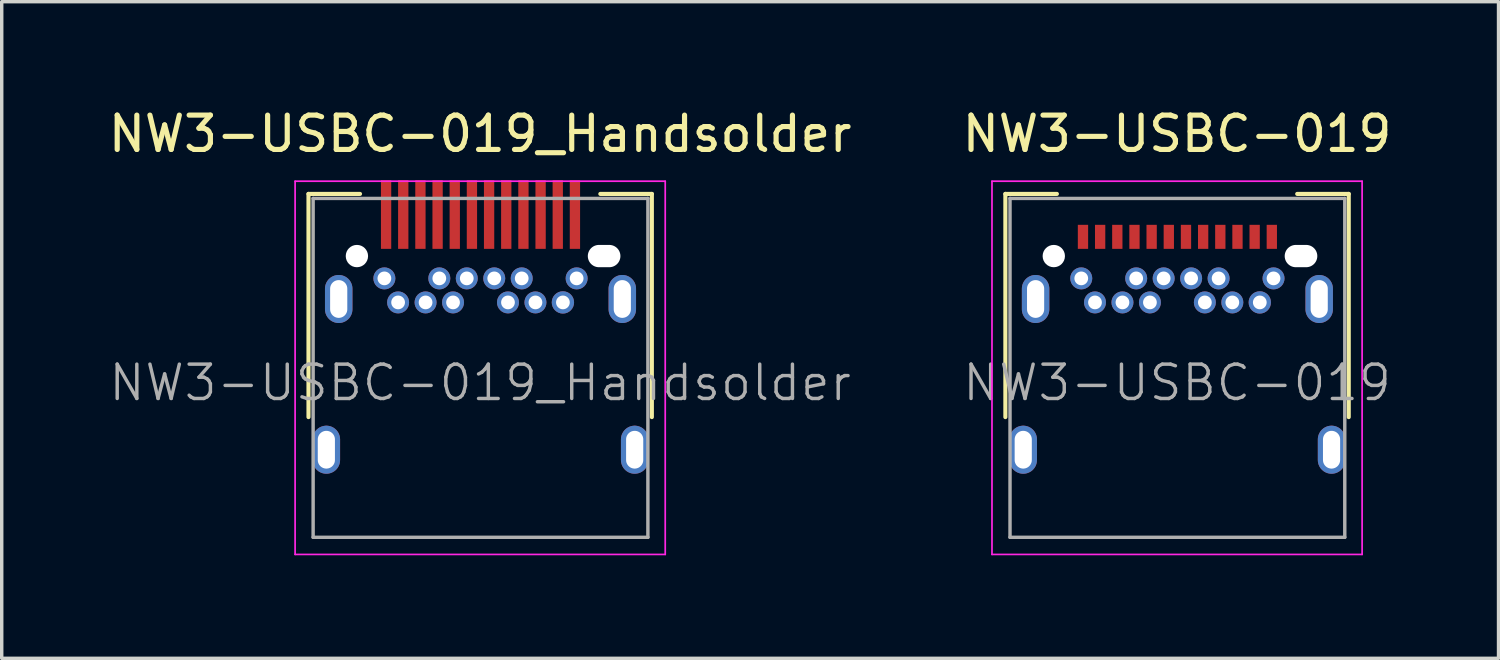
<source format=kicad_pcb>
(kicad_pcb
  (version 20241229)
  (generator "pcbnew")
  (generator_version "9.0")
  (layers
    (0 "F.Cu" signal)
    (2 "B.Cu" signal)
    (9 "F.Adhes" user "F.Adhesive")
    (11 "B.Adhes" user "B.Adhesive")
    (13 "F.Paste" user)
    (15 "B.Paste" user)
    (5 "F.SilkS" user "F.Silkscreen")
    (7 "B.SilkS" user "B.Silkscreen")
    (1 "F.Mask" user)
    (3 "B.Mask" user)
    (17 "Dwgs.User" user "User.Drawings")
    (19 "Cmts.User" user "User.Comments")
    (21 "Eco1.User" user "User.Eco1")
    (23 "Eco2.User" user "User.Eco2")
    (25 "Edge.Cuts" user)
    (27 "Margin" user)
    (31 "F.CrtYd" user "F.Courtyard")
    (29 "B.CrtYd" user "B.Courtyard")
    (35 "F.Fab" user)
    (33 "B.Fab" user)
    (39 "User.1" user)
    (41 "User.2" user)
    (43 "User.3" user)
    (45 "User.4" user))
  (footprint "NW3-USBC-019_Handsolder"
    (layer "F.Cu")
    (at 10.935 8.098)
    (property "Reference" "NW3-USBC-019_Handsolder" (at 0 -7.25 180) (layer "F.SilkS") (effects (font (size 1 1) (thickness 0.15))))
    (attr smd)
    (fp_line (start -5 -5.5) (end -5 1) (stroke (width 0.12) (type solid)) (layer "F.SilkS"))
    (fp_line (start -5 -5.5) (end -3.5 -5.5) (stroke (width 0.12) (type solid)) (layer "F.SilkS"))
    (fp_line (start 3.5 -5.5) (end 5 -5.5) (stroke (width 0.12) (type solid)) (layer "F.SilkS"))
    (fp_line (start 5 -5.5) (end 5 1) (stroke (width 0.12) (type solid)) (layer "F.SilkS"))
    (fp_line (start -5.39 -5.87) (end 5.39 -5.87) (stroke (width 0.05) (type solid)) (layer "F.CrtYd"))
    (fp_line (start -5.39 5) (end -5.39 -5.87) (stroke (width 0.05) (type solid)) (layer "F.CrtYd"))
    (fp_line (start 5.39 -5.87) (end 5.39 5) (stroke (width 0.05) (type solid)) (layer "F.CrtYd"))
    (fp_line (start 5.39 5) (end -5.39 5) (stroke (width 0.05) (type solid)) (layer "F.CrtYd"))
    (fp_line (start -4.865 -5.369) (end -4.865 4.501) (stroke (width 0.1) (type solid)) (layer "F.Fab"))
    (fp_line (start -4.865 4.501) (end 4.885 4.501) (stroke (width 0.1) (type solid)) (layer "F.Fab"))
    (fp_line (start 4.885 -5.369) (end -4.865 -5.369) (stroke (width 0.1) (type solid)) (layer "F.Fab"))
    (fp_line (start 4.885 4.501) (end 4.885 -5.369) (stroke (width 0.1) (type solid)) (layer "F.Fab"))
    (fp_text user "${REFERENCE}" (at 0 0 180) (layer "F.Fab") (effects (font (size 1 1) (thickness 0.1))))
    (pad "" np_thru_hole circle (at -3.59 -3.69) (size 0.65 0.65) (drill 0.65) (layers "*.Cu" "*.Mask"))
    (pad "" np_thru_hole oval (at 3.61 -3.69) (size 0.95 0.65) (drill oval 0.95 0.65) (layers "*.Cu" "*.Mask"))
    (pad "A1" smd rect (at -2.74 -4.9) (size 0.3 2) (layers "F.Cu" "F.Mask" "F.Paste"))
    (pad "A2" smd rect (at -2.24 -4.9) (size 0.3 2) (layers "F.Cu" "F.Mask" "F.Paste"))
    (pad "A3" smd rect (at -1.74 -4.9) (size 0.3 2) (layers "F.Cu" "F.Mask" "F.Paste"))
    (pad "A4" smd rect (at -1.24 -4.9) (size 0.3 2) (layers "F.Cu" "F.Mask" "F.Paste"))
    (pad "A5" smd rect (at -0.74 -4.9) (size 0.3 2) (layers "F.Cu" "F.Mask" "F.Paste"))
    (pad "A6" smd rect (at -0.24 -4.9) (size 0.3 2) (layers "F.Cu" "F.Mask" "F.Paste"))
    (pad "A7" smd rect (at 0.26 -4.9) (size 0.3 2) (layers "F.Cu" "F.Mask" "F.Paste"))
    (pad "A8" smd rect (at 0.76 -4.9) (size 0.3 2) (layers "F.Cu" "F.Mask" "F.Paste"))
    (pad "A9" smd rect (at 1.26 -4.9) (size 0.3 2) (layers "F.Cu" "F.Mask" "F.Paste"))
    (pad "A10" smd rect (at 1.76 -4.9) (size 0.3 2) (layers "F.Cu" "F.Mask" "F.Paste"))
    (pad "A11" smd rect (at 2.26 -4.9) (size 0.3 2) (layers "F.Cu" "F.Mask" "F.Paste"))
    (pad "A12" smd rect (at 2.76 -4.9) (size 0.3 2) (layers "F.Cu" "F.Mask" "F.Paste"))
    (pad "B1" thru_hole circle (at 2.81 -3.04) (size 0.64 0.64) (drill 0.4) (layers "*.Cu" "*.Mask"))
    (pad "B2" thru_hole circle (at 2.41 -2.34) (size 0.65 0.65) (drill 0.4) (layers "*.Cu" "*.Mask"))
    (pad "B3" thru_hole circle (at 1.61 -2.34) (size 0.64 0.64) (drill 0.4) (layers "*.Cu" "*.Mask"))
    (pad "B4" thru_hole circle (at 1.21 -3.04) (size 0.64 0.64) (drill 0.4) (layers "*.Cu" "*.Mask"))
    (pad "B5" thru_hole circle (at 0.81 -2.34) (size 0.64 0.64) (drill 0.4) (layers "*.Cu" "*.Mask"))
    (pad "B6" thru_hole circle (at 0.41 -3.04) (size 0.64 0.64) (drill 0.4) (layers "*.Cu" "*.Mask"))
    (pad "B7" thru_hole circle (at -0.39 -3.04) (size 0.64 0.64) (drill 0.4) (layers "*.Cu" "*.Mask"))
    (pad "B8" thru_hole circle (at -0.79 -2.34) (size 0.64 0.64) (drill 0.4) (layers "*.Cu" "*.Mask"))
    (pad "B9" thru_hole circle (at -1.19 -3.04) (size 0.64 0.64) (drill 0.4) (layers "*.Cu" "*.Mask"))
    (pad "B10" thru_hole circle (at -1.59 -2.34) (size 0.64 0.64) (drill 0.4) (layers "*.Cu" "*.Mask"))
    (pad "B11" thru_hole circle (at -2.39 -2.34) (size 0.64 0.64) (drill 0.4) (layers "*.Cu" "*.Mask"))
    (pad "B12" thru_hole circle (at -2.79 -3.04) (size 0.64 0.64) (drill 0.4) (layers "*.Cu" "*.Mask"))
    (pad "SHLD1" thru_hole oval (at -4.48 1.95) (size 0.8 1.4) (drill oval 0.5 1.1) (layers "*.Cu" "*.Mask"))
    (pad "SHLD2" thru_hole oval (at -4.12 -2.44) (size 0.8 1.4) (drill oval 0.5 1.1) (layers "*.Cu" "*.Mask"))
    (pad "SHLD3" thru_hole oval (at 4.14 -2.44) (size 0.8 1.4) (drill oval 0.5 1.1) (layers "*.Cu" "*.Mask"))
    (pad "SHLD4" thru_hole oval (at 4.5 1.95) (size 0.8 1.4) (drill oval 0.5 1.1) (layers "*.Cu" "*.Mask")))
  (footprint "NW3-USBC-019"
    (layer "F.Cu")
    (at 31.232 8.098)
    (property "Reference" "NW3-USBC-019" (at 0 -7.25 0) (layer "F.SilkS") (effects (font (size 1 1) (thickness 0.15))))
    (attr smd)
    (fp_line (start -5 -5.5) (end -5 1) (stroke (width 0.12) (type solid)) (layer "F.SilkS"))
    (fp_line (start -5 -5.5) (end -3.5 -5.5) (stroke (width 0.12) (type solid)) (layer "F.SilkS"))
    (fp_line (start 3.5 -5.5) (end 5 -5.5) (stroke (width 0.12) (type solid)) (layer "F.SilkS"))
    (fp_line (start 5 -5.5) (end 5 1) (stroke (width 0.12) (type solid)) (layer "F.SilkS"))
    (fp_line (start -5.39 -5.87) (end 5.39 -5.87) (stroke (width 0.05) (type solid)) (layer "F.CrtYd"))
    (fp_line (start -5.39 5) (end -5.39 -5.87) (stroke (width 0.05) (type solid)) (layer "F.CrtYd"))
    (fp_line (start 5.39 -5.87) (end 5.39 5) (stroke (width 0.05) (type solid)) (layer "F.CrtYd"))
    (fp_line (start 5.39 5) (end -5.39 5) (stroke (width 0.05) (type solid)) (layer "F.CrtYd"))
    (fp_line (start -4.865 -5.369) (end -4.865 4.501) (stroke (width 0.1) (type solid)) (layer "F.Fab"))
    (fp_line (start -4.865 4.501) (end 4.885 4.501) (stroke (width 0.1) (type solid)) (layer "F.Fab"))
    (fp_line (start 4.885 -5.369) (end -4.865 -5.369) (stroke (width 0.1) (type solid)) (layer "F.Fab"))
    (fp_line (start 4.885 4.501) (end 4.885 -5.369) (stroke (width 0.1) (type solid)) (layer "F.Fab"))
    (fp_text user "${REFERENCE}" (at 0 0 0) (layer "F.Fab") (effects (font (size 1 1) (thickness 0.1))))
    (pad "" np_thru_hole circle (at -3.59 -3.69) (size 0.65 0.65) (drill 0.65) (layers "*.Cu" "*.Mask"))
    (pad "" np_thru_hole oval (at 3.61 -3.69) (size 0.95 0.65) (drill oval 0.95 0.65) (layers "*.Cu" "*.Mask"))
    (pad "A1" smd rect (at -2.74 -4.25) (size 0.3 0.7) (layers "F.Cu" "F.Mask" "F.Paste"))
    (pad "A2" smd rect (at -2.24 -4.25) (size 0.3 0.7) (layers "F.Cu" "F.Mask" "F.Paste"))
    (pad "A3" smd rect (at -1.74 -4.25) (size 0.3 0.7) (layers "F.Cu" "F.Mask" "F.Paste"))
    (pad "A4" smd rect (at -1.24 -4.25) (size 0.3 0.7) (layers "F.Cu" "F.Mask" "F.Paste"))
    (pad "A5" smd rect (at -0.74 -4.25) (size 0.3 0.7) (layers "F.Cu" "F.Mask" "F.Paste"))
    (pad "A6" smd rect (at -0.24 -4.25) (size 0.3 0.7) (layers "F.Cu" "F.Mask" "F.Paste"))
    (pad "A7" smd rect (at 0.26 -4.25) (size 0.3 0.7) (layers "F.Cu" "F.Mask" "F.Paste"))
    (pad "A8" smd rect (at 0.76 -4.25) (size 0.3 0.7) (layers "F.Cu" "F.Mask" "F.Paste"))
    (pad "A9" smd rect (at 1.26 -4.25) (size 0.3 0.7) (layers "F.Cu" "F.Mask" "F.Paste"))
    (pad "A10" smd rect (at 1.76 -4.25) (size 0.3 0.7) (layers "F.Cu" "F.Mask" "F.Paste"))
    (pad "A11" smd rect (at 2.26 -4.25) (size 0.3 0.7) (layers "F.Cu" "F.Mask" "F.Paste"))
    (pad "A12" smd rect (at 2.76 -4.25) (size 0.3 0.7) (layers "F.Cu" "F.Mask" "F.Paste"))
    (pad "B1" thru_hole circle (at 2.81 -3.04) (size 0.64 0.64) (drill 0.4) (layers "*.Cu" "*.Mask"))
    (pad "B2" thru_hole circle (at 2.41 -2.34) (size 0.65 0.65) (drill 0.4) (layers "*.Cu" "*.Mask"))
    (pad "B3" thru_hole circle (at 1.61 -2.34) (size 0.64 0.64) (drill 0.4) (layers "*.Cu" "*.Mask"))
    (pad "B4" thru_hole circle (at 1.21 -3.04) (size 0.64 0.64) (drill 0.4) (layers "*.Cu" "*.Mask"))
    (pad "B5" thru_hole circle (at 0.81 -2.34) (size 0.64 0.64) (drill 0.4) (layers "*.Cu" "*.Mask"))
    (pad "B6" thru_hole circle (at 0.41 -3.04) (size 0.64 0.64) (drill 0.4) (layers "*.Cu" "*.Mask"))
    (pad "B7" thru_hole circle (at -0.39 -3.04) (size 0.64 0.64) (drill 0.4) (layers "*.Cu" "*.Mask"))
    (pad "B8" thru_hole circle (at -0.79 -2.34) (size 0.64 0.64) (drill 0.4) (layers "*.Cu" "*.Mask"))
    (pad "B9" thru_hole circle (at -1.19 -3.04) (size 0.64 0.64) (drill 0.4) (layers "*.Cu" "*.Mask"))
    (pad "B10" thru_hole circle (at -1.59 -2.34) (size 0.64 0.64) (drill 0.4) (layers "*.Cu" "*.Mask"))
    (pad "B11" thru_hole circle (at -2.39 -2.34) (size 0.64 0.64) (drill 0.4) (layers "*.Cu" "*.Mask"))
    (pad "B12" thru_hole circle (at -2.79 -3.04) (size 0.64 0.64) (drill 0.4) (layers "*.Cu" "*.Mask"))
    (pad "SHLD1" thru_hole oval (at -4.48 1.95) (size 0.8 1.4) (drill oval 0.5 1.1) (layers "*.Cu" "*.Mask"))
    (pad "SHLD2" thru_hole oval (at -4.12 -2.44) (size 0.8 1.4) (drill oval 0.5 1.1) (layers "*.Cu" "*.Mask"))
    (pad "SHLD3" thru_hole oval (at 4.14 -2.44) (size 0.8 1.4) (drill oval 0.5 1.1) (layers "*.Cu" "*.Mask"))
    (pad "SHLD4" thru_hole oval (at 4.5 1.95) (size 0.8 1.4) (drill oval 0.5 1.1) (layers "*.Cu" "*.Mask")))
  (gr_rect
    (start -3 -3)
    (end 40.595 16.123)
    (stroke (width 0.1) (type default))
    (fill no)
    (layer "Edge.Cuts")))
</source>
